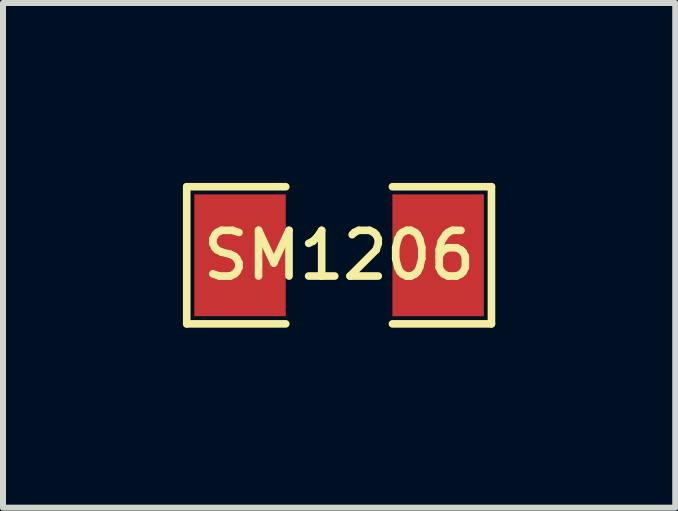
<source format=kicad_pcb>
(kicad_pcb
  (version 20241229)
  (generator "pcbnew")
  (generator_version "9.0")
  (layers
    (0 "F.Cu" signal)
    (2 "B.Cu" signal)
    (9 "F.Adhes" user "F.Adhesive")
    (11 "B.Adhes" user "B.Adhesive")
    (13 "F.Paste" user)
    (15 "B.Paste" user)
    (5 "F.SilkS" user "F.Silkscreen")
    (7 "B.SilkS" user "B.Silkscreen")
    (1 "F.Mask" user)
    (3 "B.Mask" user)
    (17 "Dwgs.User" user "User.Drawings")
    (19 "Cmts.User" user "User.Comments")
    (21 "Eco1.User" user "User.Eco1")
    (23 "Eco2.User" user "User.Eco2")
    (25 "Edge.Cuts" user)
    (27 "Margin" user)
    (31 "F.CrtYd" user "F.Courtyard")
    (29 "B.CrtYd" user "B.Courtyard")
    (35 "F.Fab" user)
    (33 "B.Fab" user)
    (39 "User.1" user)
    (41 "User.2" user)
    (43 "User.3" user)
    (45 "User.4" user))
  (footprint "SM1206"
    (layer "F.Cu")
    (at 2.603 1.206)
    (property "Reference" "SM1206" (at 0 0 0) (layer "F.SilkS") (effects (font (size 0.762 0.762) (thickness 0.127))))
    (attr smd)
    (fp_line (start -2.54 -1.143) (end -2.54 1.143) (stroke (width 0.127) (type solid)) (layer "F.SilkS"))
    (fp_line (start -2.54 1.143) (end -0.889 1.143) (stroke (width 0.127) (type solid)) (layer "F.SilkS"))
    (fp_line (start -0.889 -1.143) (end -2.54 -1.143) (stroke (width 0.127) (type solid)) (layer "F.SilkS"))
    (fp_line (start 0.889 -1.143) (end 2.54 -1.143) (stroke (width 0.127) (type solid)) (layer "F.SilkS"))
    (fp_line (start 2.54 -1.143) (end 2.54 1.143) (stroke (width 0.127) (type solid)) (layer "F.SilkS"))
    (fp_line (start 2.54 1.143) (end 0.889 1.143) (stroke (width 0.127) (type solid)) (layer "F.SilkS"))
    (pad "1" smd rect (at -1.651 0) (size 1.524 2.032) (layers "F.Cu" "F.Mask" "F.Paste"))
    (pad "2" smd rect (at 1.651 0) (size 1.524 2.032) (layers "F.Cu" "F.Mask" "F.Paste")))
  (gr_rect
    (start -3 -3)
    (end 8.207 5.413)
    (stroke (width 0.1) (type default))
    (fill no)
    (layer "Edge.Cuts")))
</source>
